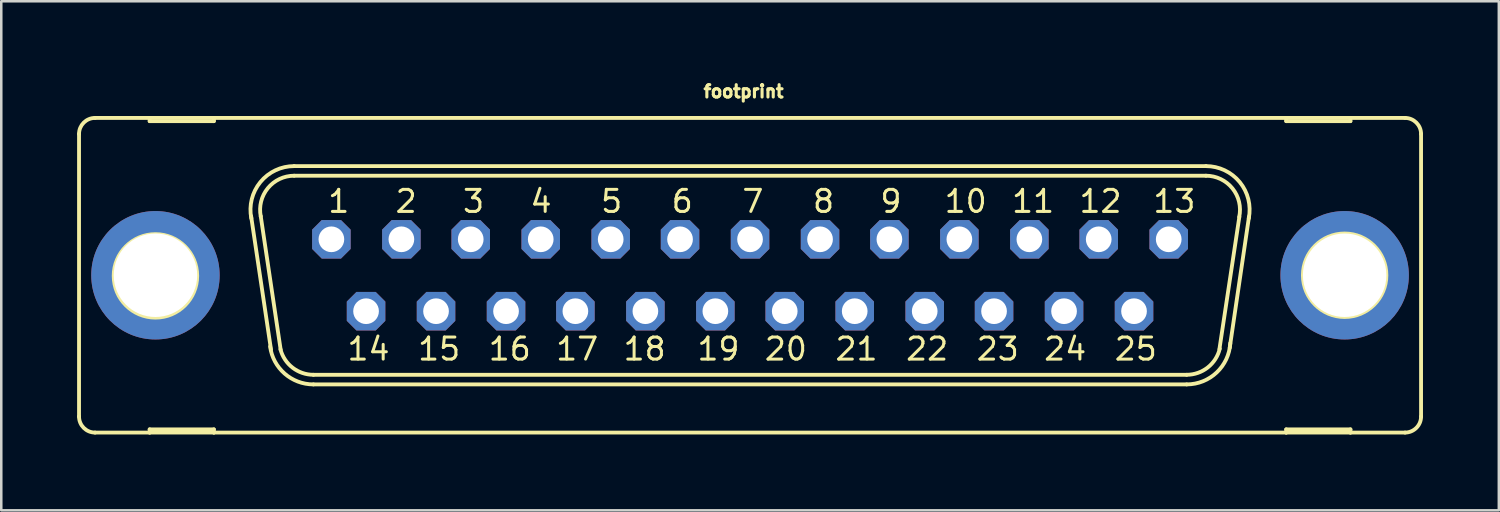
<source format=kicad_pcb>
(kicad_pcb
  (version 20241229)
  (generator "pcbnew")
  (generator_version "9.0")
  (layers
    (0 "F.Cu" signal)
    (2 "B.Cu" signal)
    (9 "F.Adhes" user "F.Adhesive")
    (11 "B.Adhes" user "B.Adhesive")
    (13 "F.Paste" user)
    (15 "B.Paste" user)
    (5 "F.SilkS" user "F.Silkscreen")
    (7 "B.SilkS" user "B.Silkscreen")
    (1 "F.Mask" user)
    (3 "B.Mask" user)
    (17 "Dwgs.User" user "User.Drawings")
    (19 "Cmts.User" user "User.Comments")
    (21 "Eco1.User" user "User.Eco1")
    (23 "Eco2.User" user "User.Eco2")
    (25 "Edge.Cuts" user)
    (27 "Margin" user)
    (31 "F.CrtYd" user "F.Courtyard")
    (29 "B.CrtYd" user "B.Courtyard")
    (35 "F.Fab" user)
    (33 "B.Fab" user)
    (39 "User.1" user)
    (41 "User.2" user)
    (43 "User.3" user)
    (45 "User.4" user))
  (footprint "footprint"
    (layer "F.Cu")
    (at 26.619 7.838)
    (property "Reference" "footprint" (at -1.905 -6.985 0) (layer "F.SilkS") (effects (font (size 0.488 0.488) (thickness 0.122)) (justify left bottom)))
    (fp_line (start -26.543 -5.588) (end -26.543 5.588) (stroke (width 0.152) (type solid)) (layer "F.SilkS"))
    (fp_line (start -25.908 6.223) (end -23.749 6.223) (stroke (width 0.152) (type solid)) (layer "F.SilkS"))
    (fp_line (start -23.749 -6.223) (end -25.908 -6.223) (stroke (width 0.152) (type solid)) (layer "F.SilkS"))
    (fp_line (start -23.749 -6.223) (end -23.749 -6.096) (stroke (width 0.152) (type solid)) (layer "F.SilkS"))
    (fp_line (start -23.749 -6.096) (end -21.209 -6.096) (stroke (width 0.152) (type solid)) (layer "F.SilkS"))
    (fp_line (start -23.749 6.096) (end -21.209 6.096) (stroke (width 0.152) (type solid)) (layer "F.SilkS"))
    (fp_line (start -23.749 6.223) (end -23.749 6.096) (stroke (width 0.152) (type solid)) (layer "F.SilkS"))
    (fp_line (start -23.749 6.223) (end -21.209 6.223) (stroke (width 0.152) (type solid)) (layer "F.SilkS"))
    (fp_line (start -21.209 -6.223) (end -23.749 -6.223) (stroke (width 0.152) (type solid)) (layer "F.SilkS"))
    (fp_line (start -21.209 -6.096) (end -21.209 -6.223) (stroke (width 0.152) (type solid)) (layer "F.SilkS"))
    (fp_line (start -21.209 6.096) (end -21.209 6.223) (stroke (width 0.152) (type solid)) (layer "F.SilkS"))
    (fp_line (start -21.209 6.223) (end 21.209 6.223) (stroke (width 0.152) (type solid)) (layer "F.SilkS"))
    (fp_line (start -18.948 2.946) (end -19.736 -2.337) (stroke (width 0.152) (type solid)) (layer "F.SilkS"))
    (fp_line (start -18.567 2.946) (end -19.355 -2.337) (stroke (width 0.152) (type solid)) (layer "F.SilkS"))
    (fp_line (start -18.034 -4.318) (end 18.034 -4.318) (stroke (width 0.152) (type solid)) (layer "F.SilkS"))
    (fp_line (start -18.034 -3.937) (end 18.034 -3.937) (stroke (width 0.152) (type solid)) (layer "F.SilkS"))
    (fp_line (start -17.272 3.937) (end 17.272 3.937) (stroke (width 0.152) (type solid)) (layer "F.SilkS"))
    (fp_line (start -17.272 4.318) (end 17.272 4.318) (stroke (width 0.152) (type solid)) (layer "F.SilkS"))
    (fp_line (start 19.355 -2.311) (end 18.567 2.921) (stroke (width 0.152) (type solid)) (layer "F.SilkS"))
    (fp_line (start 19.736 -2.311) (end 18.974 2.87) (stroke (width 0.152) (type solid)) (layer "F.SilkS"))
    (fp_line (start 21.209 -6.223) (end -21.209 -6.223) (stroke (width 0.152) (type solid)) (layer "F.SilkS"))
    (fp_line (start 21.209 -6.223) (end 21.209 -6.096) (stroke (width 0.152) (type solid)) (layer "F.SilkS"))
    (fp_line (start 21.209 -6.096) (end 23.749 -6.096) (stroke (width 0.152) (type solid)) (layer "F.SilkS"))
    (fp_line (start 21.209 6.096) (end 23.749 6.096) (stroke (width 0.152) (type solid)) (layer "F.SilkS"))
    (fp_line (start 21.209 6.223) (end 21.209 6.096) (stroke (width 0.152) (type solid)) (layer "F.SilkS"))
    (fp_line (start 21.209 6.223) (end 23.749 6.223) (stroke (width 0.152) (type solid)) (layer "F.SilkS"))
    (fp_line (start 23.749 -6.223) (end 21.209 -6.223) (stroke (width 0.152) (type solid)) (layer "F.SilkS"))
    (fp_line (start 23.749 -6.096) (end 23.749 -6.223) (stroke (width 0.152) (type solid)) (layer "F.SilkS"))
    (fp_line (start 23.749 6.096) (end 23.749 6.223) (stroke (width 0.152) (type solid)) (layer "F.SilkS"))
    (fp_line (start 23.749 6.223) (end 25.908 6.223) (stroke (width 0.152) (type solid)) (layer "F.SilkS"))
    (fp_line (start 25.908 -6.223) (end 23.749 -6.223) (stroke (width 0.152) (type solid)) (layer "F.SilkS"))
    (fp_line (start 26.543 -5.588) (end 26.543 5.588) (stroke (width 0.152) (type solid)) (layer "F.SilkS"))
    (fp_arc (start -26.543 -5.588) (mid -26.357013 -6.037013) (end -25.908 -6.223) (stroke (width 0.1524) (type solid)) (layer "F.SilkS"))
    (fp_arc (start -25.908 6.223) (mid -26.357013 6.037013) (end -26.543 5.588) (stroke (width 0.1524) (type solid)) (layer "F.SilkS"))
    (fp_arc (start -19.7277 -2.2521) (mid -19.369716 -3.685842) (end -18.033998 -4.318) (stroke (width 0.1524) (type solid)) (layer "F.SilkS"))
    (fp_arc (start -19.3541 -2.3268) (mid -19.075082 -3.444284) (end -18.034 -3.937) (stroke (width 0.1524) (type solid)) (layer "F.SilkS"))
    (fp_arc (start -17.272 3.937) (mid -18.0955 3.655745) (end -18.5749 2.9295) (stroke (width 0.1524) (type solid)) (layer "F.SilkS"))
    (fp_arc (start -17.271999 4.318001) (mid -18.409711 3.890313) (end -18.984 2.8191) (stroke (width 0.1524) (type solid)) (layer "F.SilkS"))
    (fp_arc (start 18.034 -4.318) (mid 19.369813 -3.685866) (end 19.727999 -2.252098) (stroke (width 0.1524) (type solid)) (layer "F.SilkS"))
    (fp_arc (start 18.034 -3.937) (mid 19.082557 -3.435183) (end 19.349499 -2.303798) (stroke (width 0.1524) (type solid)) (layer "F.SilkS"))
    (fp_arc (start 18.580701 2.904999) (mid 18.105257 3.647874) (end 17.272 3.937) (stroke (width 0.1524) (type solid)) (layer "F.SilkS"))
    (fp_arc (start 18.9963 2.6849) (mid 18.459366 3.844828) (end 17.272 4.318) (stroke (width 0.1524) (type solid)) (layer "F.SilkS"))
    (fp_arc (start 25.908 -6.223) (mid 26.357013 -6.037013) (end 26.543 -5.588) (stroke (width 0.1524) (type solid)) (layer "F.SilkS"))
    (fp_arc (start 26.543 5.588) (mid 26.357013 6.037013) (end 25.908 6.223) (stroke (width 0.1524) (type solid)) (layer "F.SilkS"))
    (fp_circle (center -23.52 0.025) (end -21.869 0.025) (stroke (width 0.152) (type solid)) (fill no) (layer "F.SilkS"))
    (fp_circle (center 23.52 0) (end 25.171 0) (stroke (width 0.152) (type solid)) (fill no) (layer "F.SilkS"))
    (fp_circle (center -16.561 -1.422) (end -16.307 -1.422) (stroke (width 0.406) (type solid)) (fill no) (layer "F.Fab"))
    (fp_circle (center -15.189 1.422) (end -14.935 1.422) (stroke (width 0.406) (type solid)) (fill no) (layer "F.Fab"))
    (fp_circle (center -13.792 -1.422) (end -13.538 -1.422) (stroke (width 0.406) (type solid)) (fill no) (layer "F.Fab"))
    (fp_circle (center -12.421 1.422) (end -12.167 1.422) (stroke (width 0.406) (type solid)) (fill no) (layer "F.Fab"))
    (fp_circle (center -11.049 -1.422) (end -10.795 -1.422) (stroke (width 0.406) (type solid)) (fill no) (layer "F.Fab"))
    (fp_circle (center -9.652 1.422) (end -9.398 1.422) (stroke (width 0.406) (type solid)) (fill no) (layer "F.Fab"))
    (fp_circle (center -8.28 -1.422) (end -8.026 -1.422) (stroke (width 0.406) (type solid)) (fill no) (layer "F.Fab"))
    (fp_circle (center -6.909 1.422) (end -6.655 1.422) (stroke (width 0.406) (type solid)) (fill no) (layer "F.Fab"))
    (fp_circle (center -5.512 -1.422) (end -5.258 -1.422) (stroke (width 0.406) (type solid)) (fill no) (layer "F.Fab"))
    (fp_circle (center -4.14 1.422) (end -3.886 1.422) (stroke (width 0.406) (type solid)) (fill no) (layer "F.Fab"))
    (fp_circle (center -2.769 -1.422) (end -2.515 -1.422) (stroke (width 0.406) (type solid)) (fill no) (layer "F.Fab"))
    (fp_circle (center -1.372 1.422) (end -1.118 1.422) (stroke (width 0.406) (type solid)) (fill no) (layer "F.Fab"))
    (fp_circle (center 0 -1.422) (end 0.254 -1.422) (stroke (width 0.406) (type solid)) (fill no) (layer "F.Fab"))
    (fp_circle (center 1.372 1.422) (end 1.626 1.422) (stroke (width 0.406) (type solid)) (fill no) (layer "F.Fab"))
    (fp_circle (center 2.769 -1.422) (end 3.023 -1.422) (stroke (width 0.406) (type solid)) (fill no) (layer "F.Fab"))
    (fp_circle (center 4.14 1.422) (end 4.394 1.422) (stroke (width 0.406) (type solid)) (fill no) (layer "F.Fab"))
    (fp_circle (center 5.512 -1.422) (end 5.766 -1.422) (stroke (width 0.406) (type solid)) (fill no) (layer "F.Fab"))
    (fp_circle (center 6.909 1.422) (end 7.163 1.422) (stroke (width 0.406) (type solid)) (fill no) (layer "F.Fab"))
    (fp_circle (center 8.28 -1.422) (end 8.534 -1.422) (stroke (width 0.406) (type solid)) (fill no) (layer "F.Fab"))
    (fp_circle (center 9.652 1.422) (end 9.906 1.422) (stroke (width 0.406) (type solid)) (fill no) (layer "F.Fab"))
    (fp_circle (center 11.049 -1.422) (end 11.303 -1.422) (stroke (width 0.406) (type solid)) (fill no) (layer "F.Fab"))
    (fp_circle (center 12.421 1.422) (end 12.675 1.422) (stroke (width 0.406) (type solid)) (fill no) (layer "F.Fab"))
    (fp_circle (center 13.792 -1.422) (end 14.046 -1.422) (stroke (width 0.406) (type solid)) (fill no) (layer "F.Fab"))
    (fp_circle (center 15.189 1.422) (end 15.443 1.422) (stroke (width 0.406) (type solid)) (fill no) (layer "F.Fab"))
    (fp_circle (center 16.561 -1.422) (end 16.815 -1.422) (stroke (width 0.406) (type solid)) (fill no) (layer "F.Fab"))
    (fp_text user "17" (at -7.747 3.429 0) (layer "F.SilkS") (effects (font (size 0.872 0.872) (thickness 0.119)) (justify left bottom)))
    (fp_text user "21" (at 3.302 3.429 0) (layer "F.SilkS") (effects (font (size 0.872 0.872) (thickness 0.119)) (justify left bottom)))
    (fp_text user "9" (at 5.08 -2.413 0) (layer "F.SilkS") (effects (font (size 0.872 0.872) (thickness 0.119)) (justify left bottom)))
    (fp_text user "19" (at -2.159 3.429 0) (layer "F.SilkS") (effects (font (size 0.872 0.872) (thickness 0.119)) (justify left bottom)))
    (fp_text user "8" (at 2.413 -2.413 0) (layer "F.SilkS") (effects (font (size 0.872 0.872) (thickness 0.119)) (justify left bottom)))
    (fp_text user "13" (at 15.875 -2.413 0) (layer "F.SilkS") (effects (font (size 0.872 0.872) (thickness 0.119)) (justify left bottom)))
    (fp_text user "10" (at 7.62 -2.413 0) (layer "F.SilkS") (effects (font (size 0.872 0.872) (thickness 0.119)) (justify left bottom)))
    (fp_text user "5" (at -5.969 -2.413 0) (layer "F.SilkS") (effects (font (size 0.872 0.872) (thickness 0.119)) (justify left bottom)))
    (fp_text user "6" (at -3.175 -2.413 0) (layer "F.SilkS") (effects (font (size 0.872 0.872) (thickness 0.119)) (justify left bottom)))
    (fp_text user "4" (at -8.763 -2.413 0) (layer "F.SilkS") (effects (font (size 0.872 0.872) (thickness 0.119)) (justify left bottom)))
    (fp_text user "25" (at 14.351 3.429 0) (layer "F.SilkS") (effects (font (size 0.872 0.872) (thickness 0.119)) (justify left bottom)))
    (fp_text user "2" (at -14.097 -2.413 0) (layer "F.SilkS") (effects (font (size 0.872 0.872) (thickness 0.119)) (justify left bottom)))
    (fp_text user "20" (at 0.508 3.429 0) (layer "F.SilkS") (effects (font (size 0.872 0.872) (thickness 0.119)) (justify left bottom)))
    (fp_text user "22" (at 6.096 3.429 0) (layer "F.SilkS") (effects (font (size 0.872 0.872) (thickness 0.119)) (justify left bottom)))
    (fp_text user "16" (at -10.414 3.429 0) (layer "F.SilkS") (effects (font (size 0.872 0.872) (thickness 0.119)) (justify left bottom)))
    (fp_text user "11" (at 10.287 -2.413 0) (layer "F.SilkS") (effects (font (size 0.872 0.872) (thickness 0.119)) (justify left bottom)))
    (fp_text user "1" (at -16.764 -2.413 0) (layer "F.SilkS") (effects (font (size 0.872 0.872) (thickness 0.119)) (justify left bottom)))
    (fp_text user "18" (at -5.08 3.429 0) (layer "F.SilkS") (effects (font (size 0.872 0.872) (thickness 0.119)) (justify left bottom)))
    (fp_text user "3" (at -11.43 -2.413 0) (layer "F.SilkS") (effects (font (size 0.872 0.872) (thickness 0.119)) (justify left bottom)))
    (fp_text user "12" (at 12.954 -2.413 0) (layer "F.SilkS") (effects (font (size 0.872 0.872) (thickness 0.119)) (justify left bottom)))
    (fp_text user "23" (at 8.89 3.429 0) (layer "F.SilkS") (effects (font (size 0.872 0.872) (thickness 0.119)) (justify left bottom)))
    (fp_text user "7" (at -0.381 -2.413 0) (layer "F.SilkS") (effects (font (size 0.872 0.872) (thickness 0.119)) (justify left bottom)))
    (fp_text user "15" (at -13.208 3.429 0) (layer "F.SilkS") (effects (font (size 0.872 0.872) (thickness 0.119)) (justify left bottom)))
    (fp_text user "14" (at -16.002 3.429 0) (layer "F.SilkS") (effects (font (size 0.872 0.872) (thickness 0.119)) (justify left bottom)))
    (fp_text user "24" (at 11.557 3.429 0) (layer "F.SilkS") (effects (font (size 0.872 0.872) (thickness 0.119)) (justify left bottom)))
    (pad "1" thru_hole roundrect (at -16.561 -1.422) (size 1.524 1.524) (drill 1.016) (layers "*.Cu" "*.Mask") (roundrect_rratio 0.25) (chamfer_ratio 0.25) (chamfer top_left top_right bottom_left bottom_right))
    (pad "2" thru_hole roundrect (at -13.792 -1.422) (size 1.524 1.524) (drill 1.016) (layers "*.Cu" "*.Mask") (roundrect_rratio 0.25) (chamfer_ratio 0.25) (chamfer top_left top_right bottom_left bottom_right))
    (pad "3" thru_hole roundrect (at -11.049 -1.422) (size 1.524 1.524) (drill 1.016) (layers "*.Cu" "*.Mask") (roundrect_rratio 0.25) (chamfer_ratio 0.25) (chamfer top_left top_right bottom_left bottom_right))
    (pad "4" thru_hole roundrect (at -8.28 -1.422) (size 1.524 1.524) (drill 1.016) (layers "*.Cu" "*.Mask") (roundrect_rratio 0.25) (chamfer_ratio 0.25) (chamfer top_left top_right bottom_left bottom_right))
    (pad "5" thru_hole roundrect (at -5.512 -1.422) (size 1.524 1.524) (drill 1.016) (layers "*.Cu" "*.Mask") (roundrect_rratio 0.25) (chamfer_ratio 0.25) (chamfer top_left top_right bottom_left bottom_right))
    (pad "6" thru_hole roundrect (at -2.769 -1.422) (size 1.524 1.524) (drill 1.016) (layers "*.Cu" "*.Mask") (roundrect_rratio 0.25) (chamfer_ratio 0.25) (chamfer top_left top_right bottom_left bottom_right))
    (pad "7" thru_hole roundrect (at 0 -1.422) (size 1.524 1.524) (drill 1.016) (layers "*.Cu" "*.Mask") (roundrect_rratio 0.25) (chamfer_ratio 0.25) (chamfer top_left top_right bottom_left bottom_right))
    (pad "8" thru_hole roundrect (at 2.769 -1.422) (size 1.524 1.524) (drill 1.016) (layers "*.Cu" "*.Mask") (roundrect_rratio 0.25) (chamfer_ratio 0.25) (chamfer top_left top_right bottom_left bottom_right))
    (pad "9" thru_hole roundrect (at 5.512 -1.422) (size 1.524 1.524) (drill 1.016) (layers "*.Cu" "*.Mask") (roundrect_rratio 0.25) (chamfer_ratio 0.25) (chamfer top_left top_right bottom_left bottom_right))
    (pad "10" thru_hole roundrect (at 8.28 -1.422) (size 1.524 1.524) (drill 1.016) (layers "*.Cu" "*.Mask") (roundrect_rratio 0.25) (chamfer_ratio 0.25) (chamfer top_left top_right bottom_left bottom_right))
    (pad "11" thru_hole roundrect (at 11.049 -1.422) (size 1.524 1.524) (drill 1.016) (layers "*.Cu" "*.Mask") (roundrect_rratio 0.25) (chamfer_ratio 0.25) (chamfer top_left top_right bottom_left bottom_right))
    (pad "12" thru_hole roundrect (at 13.792 -1.422) (size 1.524 1.524) (drill 1.016) (layers "*.Cu" "*.Mask") (roundrect_rratio 0.25) (chamfer_ratio 0.25) (chamfer top_left top_right bottom_left bottom_right))
    (pad "13" thru_hole roundrect (at 16.561 -1.422) (size 1.524 1.524) (drill 1.016) (layers "*.Cu" "*.Mask") (roundrect_rratio 0.25) (chamfer_ratio 0.25) (chamfer top_left top_right bottom_left bottom_right))
    (pad "14" thru_hole roundrect (at -15.189 1.422) (size 1.524 1.524) (drill 1.016) (layers "*.Cu" "*.Mask") (roundrect_rratio 0.25) (chamfer_ratio 0.25) (chamfer top_left top_right bottom_left bottom_right))
    (pad "15" thru_hole roundrect (at -12.421 1.422) (size 1.524 1.524) (drill 1.016) (layers "*.Cu" "*.Mask") (roundrect_rratio 0.25) (chamfer_ratio 0.25) (chamfer top_left top_right bottom_left bottom_right))
    (pad "16" thru_hole roundrect (at -9.652 1.422) (size 1.524 1.524) (drill 1.016) (layers "*.Cu" "*.Mask") (roundrect_rratio 0.25) (chamfer_ratio 0.25) (chamfer top_left top_right bottom_left bottom_right))
    (pad "17" thru_hole roundrect (at -6.909 1.422) (size 1.524 1.524) (drill 1.016) (layers "*.Cu" "*.Mask") (roundrect_rratio 0.25) (chamfer_ratio 0.25) (chamfer top_left top_right bottom_left bottom_right))
    (pad "18" thru_hole roundrect (at -4.14 1.422) (size 1.524 1.524) (drill 1.016) (layers "*.Cu" "*.Mask") (roundrect_rratio 0.25) (chamfer_ratio 0.25) (chamfer top_left top_right bottom_left bottom_right))
    (pad "19" thru_hole roundrect (at -1.372 1.422) (size 1.524 1.524) (drill 1.016) (layers "*.Cu" "*.Mask") (roundrect_rratio 0.25) (chamfer_ratio 0.25) (chamfer top_left top_right bottom_left bottom_right))
    (pad "20" thru_hole roundrect (at 1.372 1.422) (size 1.524 1.524) (drill 1.016) (layers "*.Cu" "*.Mask") (roundrect_rratio 0.25) (chamfer_ratio 0.25) (chamfer top_left top_right bottom_left bottom_right))
    (pad "21" thru_hole roundrect (at 4.14 1.422) (size 1.524 1.524) (drill 1.016) (layers "*.Cu" "*.Mask") (roundrect_rratio 0.25) (chamfer_ratio 0.25) (chamfer top_left top_right bottom_left bottom_right))
    (pad "22" thru_hole roundrect (at 6.909 1.422) (size 1.524 1.524) (drill 1.016) (layers "*.Cu" "*.Mask") (roundrect_rratio 0.25) (chamfer_ratio 0.25) (chamfer top_left top_right bottom_left bottom_right))
    (pad "23" thru_hole roundrect (at 9.652 1.422) (size 1.524 1.524) (drill 1.016) (layers "*.Cu" "*.Mask") (roundrect_rratio 0.25) (chamfer_ratio 0.25) (chamfer top_left top_right bottom_left bottom_right))
    (pad "24" thru_hole roundrect (at 12.421 1.422) (size 1.524 1.524) (drill 1.016) (layers "*.Cu" "*.Mask") (roundrect_rratio 0.25) (chamfer_ratio 0.25) (chamfer top_left top_right bottom_left bottom_right))
    (pad "25" thru_hole roundrect (at 15.189 1.422) (size 1.524 1.524) (drill 1.016) (layers "*.Cu" "*.Mask") (roundrect_rratio 0.25) (chamfer_ratio 0.25) (chamfer top_left top_right bottom_left bottom_right))
    (pad "G1" thru_hole circle (at -23.52 0) (size 5.08 5.08) (drill 3.302) (layers "*.Cu" "*.Mask"))
    (pad "G2" thru_hole circle (at 23.52 0) (size 5.08 5.08) (drill 3.302) (layers "*.Cu" "*.Mask")))
  (gr_rect
    (start -3 -3)
    (end 56.238 17.138)
    (stroke (width 0.1) (type default))
    (fill no)
    (layer "Edge.Cuts")))
</source>
